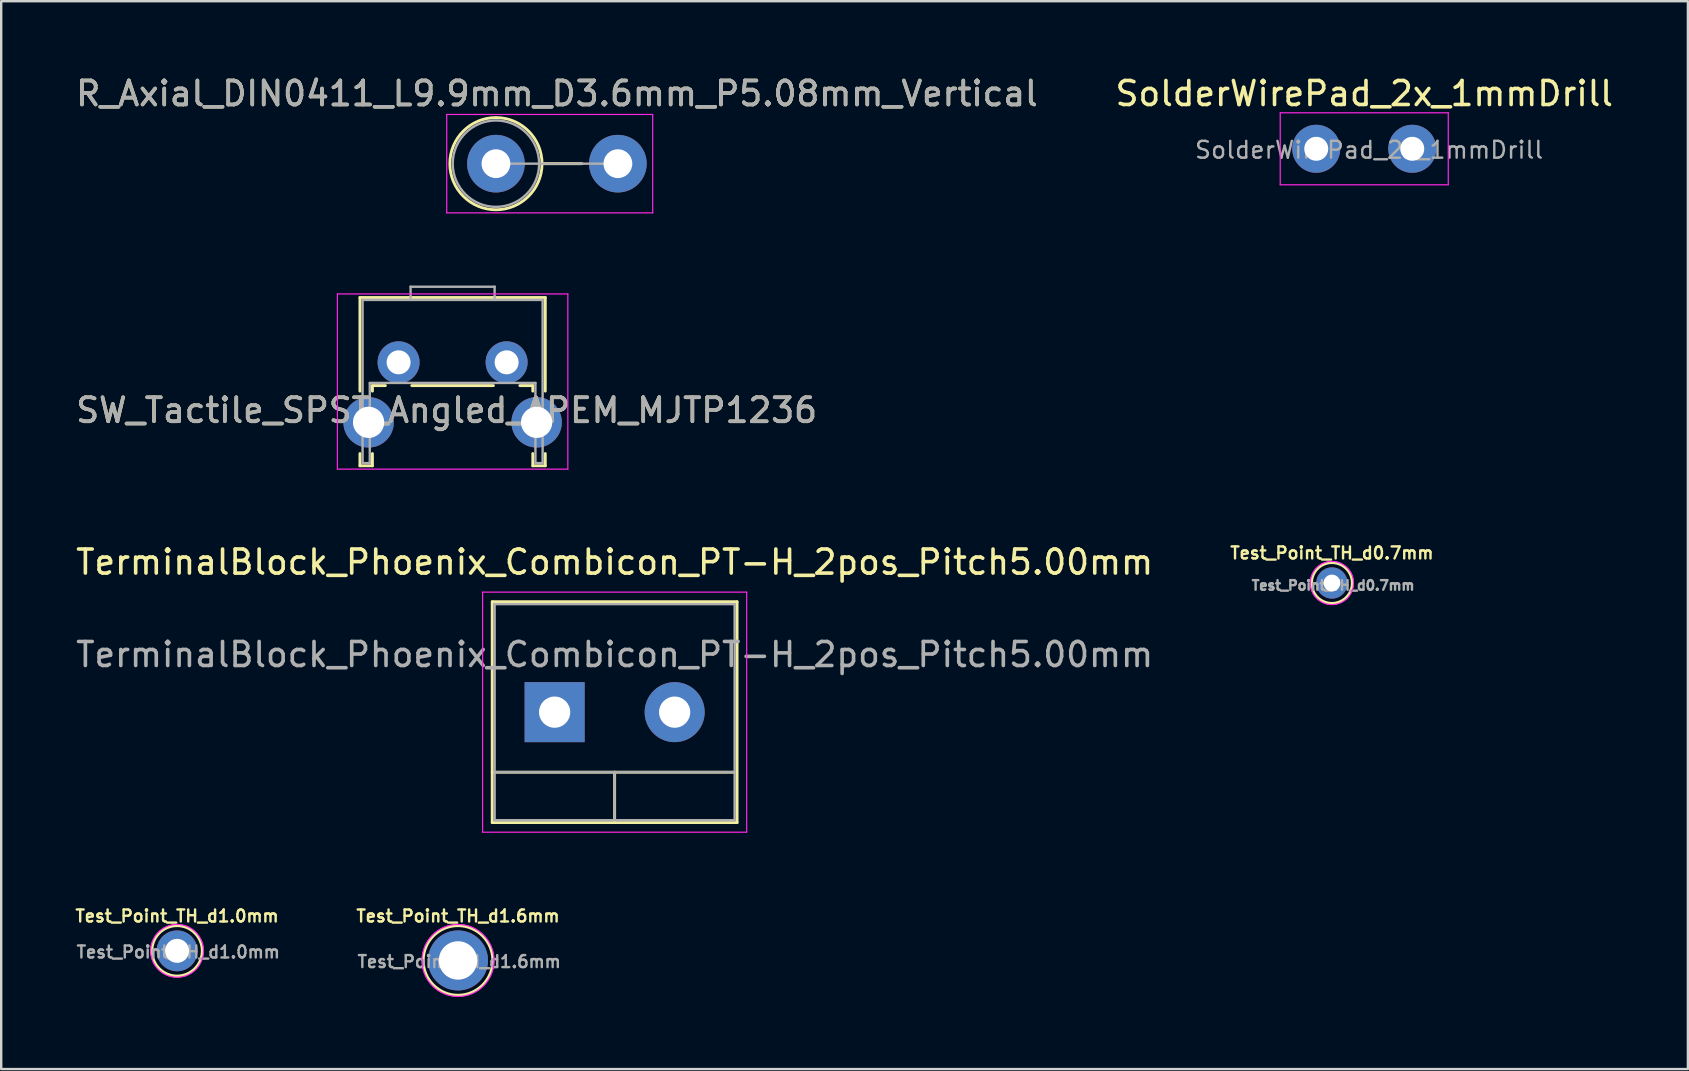
<source format=kicad_pcb>
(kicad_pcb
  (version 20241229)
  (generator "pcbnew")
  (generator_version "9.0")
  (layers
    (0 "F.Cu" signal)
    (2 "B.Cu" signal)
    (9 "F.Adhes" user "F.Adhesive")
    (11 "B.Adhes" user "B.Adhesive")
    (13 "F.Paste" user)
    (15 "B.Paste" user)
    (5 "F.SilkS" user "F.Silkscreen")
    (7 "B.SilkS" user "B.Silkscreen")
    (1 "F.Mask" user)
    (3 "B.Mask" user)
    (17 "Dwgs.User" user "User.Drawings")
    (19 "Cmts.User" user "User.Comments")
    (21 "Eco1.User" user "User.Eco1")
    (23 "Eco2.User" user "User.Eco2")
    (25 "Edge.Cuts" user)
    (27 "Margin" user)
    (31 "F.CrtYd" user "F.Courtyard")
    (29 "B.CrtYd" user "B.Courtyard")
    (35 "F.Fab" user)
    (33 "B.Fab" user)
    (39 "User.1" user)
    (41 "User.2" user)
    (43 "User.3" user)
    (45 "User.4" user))
  (footprint "Test_Point_TH_d0.7mm"
    (layer "F.Cu")
    (at 52.433 21.236)
    (property "Reference" "Test_Point_TH_d0.7mm" (at 0 -1.25 0) (layer "F.SilkS") (effects (font (size 0.5 0.5) (thickness 0.1))))
    (attr exclude_from_pos_files exclude_from_bom)
    (fp_circle (center 0 0) (end 0.85 0) (stroke (width 0.12) (type solid)) (fill no) (layer "F.SilkS"))
    (fp_circle (center 0 0) (end 0.9 0) (stroke (width 0.05) (type solid)) (fill no) (layer "F.CrtYd"))
    (fp_text user "${REFERENCE}" (at 0.05 0.1 0) (layer "F.Fab") (effects (font (size 0.4 0.4) (thickness 0.1))))
    (pad "1" thru_hole circle (at 0 0 90) (size 1.3 1.3) (drill 0.7) (layers "*.Cu" "*.Mask")))
  (footprint "SolderWirePad_2x_1mmDrill"
    (layer "F.Cu")
    (at 53.78 3.148)
    (property "Reference" "SolderWirePad_2x_1mmDrill" (at 0 -2.3 0) (layer "F.SilkS") (effects (font (size 1 1) (thickness 0.15))))
    (attr through_hole)
    (fp_line (start -3.5 -1.5) (end -3.5 1.5) (stroke (width 0.05) (type solid)) (layer "F.CrtYd"))
    (fp_line (start -3.5 -1.5) (end 3.5 -1.5) (stroke (width 0.05) (type solid)) (layer "F.CrtYd"))
    (fp_line (start -3.5 1.5) (end 3.5 1.5) (stroke (width 0.05) (type solid)) (layer "F.CrtYd"))
    (fp_line (start 3.5 -1.5) (end 3.5 1.5) (stroke (width 0.05) (type solid)) (layer "F.CrtYd"))
    (fp_text user "${REFERENCE}" (at 0.2 0.05 0) (layer "F.Fab") (effects (font (size 0.7 0.7) (thickness 0.1))))
    (pad "1" thru_hole circle (at -2 0) (size 2 2) (drill 1) (layers "*.Cu" "*.Mask"))
    (pad "1" thru_hole circle (at 2 0) (size 2 2) (drill 1) (layers "*.Cu" "*.Mask")))
  (footprint "R_Axial_DIN0411_L9.9mm_D3.6mm_P5.08mm_Vertical"
    (layer "F.Cu")
    (at 17.609 3.768)
    (property "Reference" "R_Axial_DIN0411_L9.9mm_D3.6mm_P5.08mm_Vertical" (at 2.54 -2.92 0) (layer "F.SilkS") (effects (font (size 1 1) (thickness 0.15))))
    (attr through_hole)
    (fp_line (start 1.92 0) (end 3.58 0) (stroke (width 0.12) (type solid)) (layer "F.SilkS"))
    (fp_circle (center 0 0) (end 1.92 0) (stroke (width 0.12) (type solid)) (fill no) (layer "F.SilkS"))
    (fp_line (start -2.05 -2.05) (end -2.05 2.05) (stroke (width 0.05) (type solid)) (layer "F.CrtYd"))
    (fp_line (start -2.05 2.05) (end 6.53 2.05) (stroke (width 0.05) (type solid)) (layer "F.CrtYd"))
    (fp_line (start 6.53 -2.05) (end -2.05 -2.05) (stroke (width 0.05) (type solid)) (layer "F.CrtYd"))
    (fp_line (start 6.53 2.05) (end 6.53 -2.05) (stroke (width 0.05) (type solid)) (layer "F.CrtYd"))
    (fp_line (start 0 0) (end 5.08 0) (stroke (width 0.1) (type solid)) (layer "F.Fab"))
    (fp_circle (center 0 0) (end 1.8 0) (stroke (width 0.1) (type solid)) (fill no) (layer "F.Fab"))
    (fp_text user "${REFERENCE}" (at 2.54 -2.92 0) (layer "F.Fab") (effects (font (size 1 1) (thickness 0.15))))
    (pad "1" thru_hole circle (at 0 0) (size 2.4 2.4) (drill 1.2) (layers "*.Cu" "*.Mask"))
    (pad "2" thru_hole oval (at 5.08 0) (size 2.4 2.4) (drill 1.2) (layers "*.Cu" "*.Mask")))
  (footprint "Test_Point_TH_d1.6mm"
    (layer "F.Cu")
    (at 16.029 36.959)
    (property "Reference" "Test_Point_TH_d1.6mm" (at 0 -1.85 0) (layer "F.SilkS") (effects (font (size 0.5 0.5) (thickness 0.1))))
    (attr exclude_from_pos_files exclude_from_bom)
    (fp_circle (center 0 0) (end 1.45 0) (stroke (width 0.12) (type solid)) (fill no) (layer "F.SilkS"))
    (fp_circle (center 0 0) (end 1.5 0) (stroke (width 0.05) (type solid)) (fill no) (layer "F.CrtYd"))
    (fp_text user "${REFERENCE}" (at 0.05 0.05 0) (layer "F.Fab") (effects (font (size 0.5 0.5) (thickness 0.1))))
    (pad "1" thru_hole circle (at 0 0 90) (size 2.5 2.5) (drill 1.6) (layers "*.Cu" "*.Mask")))
  (footprint "SW_Tactile_SPST_Angled_APEM_MJTP1236"
    (layer "F.Cu")
    (at 15.804 12.043)
    (property "Reference" "SW_Tactile_SPST_Angled_APEM_MJTP1236" (at -0.25 2 0) (layer "F.SilkS") (effects (font (size 1 1) (thickness 0.15))))
    (attr through_hole)
    (fp_line (start -3.86 -2.7) (end -3.86 1.2) (stroke (width 0.12) (type solid)) (layer "F.SilkS"))
    (fp_line (start -3.86 -2.7) (end 3.86 -2.7) (stroke (width 0.12) (type solid)) (layer "F.SilkS"))
    (fp_line (start -3.86 3.8) (end -3.86 4.31) (stroke (width 0.12) (type solid)) (layer "F.SilkS"))
    (fp_line (start -3.86 4.31) (end -3.34 4.31) (stroke (width 0.12) (type solid)) (layer "F.SilkS"))
    (fp_line (start -3.34 0.97) (end -3.34 1.2) (stroke (width 0.12) (type solid)) (layer "F.SilkS"))
    (fp_line (start -3.34 0.97) (end -2.8 0.97) (stroke (width 0.12) (type solid)) (layer "F.SilkS"))
    (fp_line (start -3.34 3.8) (end -3.34 4.31) (stroke (width 0.12) (type solid)) (layer "F.SilkS"))
    (fp_line (start -1.7 0.97) (end 1.7 0.97) (stroke (width 0.12) (type solid)) (layer "F.SilkS"))
    (fp_line (start 2.8 0.97) (end 3.34 0.97) (stroke (width 0.12) (type solid)) (layer "F.SilkS"))
    (fp_line (start 3.34 0.97) (end 3.34 1.2) (stroke (width 0.12) (type solid)) (layer "F.SilkS"))
    (fp_line (start 3.34 3.8) (end 3.34 4.31) (stroke (width 0.12) (type solid)) (layer "F.SilkS"))
    (fp_line (start 3.34 4.31) (end 3.86 4.31) (stroke (width 0.12) (type solid)) (layer "F.SilkS"))
    (fp_line (start 3.86 -2.7) (end 3.86 1.2) (stroke (width 0.12) (type solid)) (layer "F.SilkS"))
    (fp_line (start 3.86 3.8) (end 3.86 4.31) (stroke (width 0.12) (type solid)) (layer "F.SilkS"))
    (fp_line (start -4.8 -2.85) (end 4.8 -2.85) (stroke (width 0.05) (type solid)) (layer "F.CrtYd"))
    (fp_line (start -4.8 4.45) (end -4.8 -2.85) (stroke (width 0.05) (type solid)) (layer "F.CrtYd"))
    (fp_line (start 4.8 -2.85) (end 4.8 4.45) (stroke (width 0.05) (type solid)) (layer "F.CrtYd"))
    (fp_line (start 4.8 4.45) (end -4.8 4.45) (stroke (width 0.05) (type solid)) (layer "F.CrtYd"))
    (fp_line (start -3.75 -2.6) (end 3.75 -2.6) (stroke (width 0.1) (type solid)) (layer "F.Fab"))
    (fp_line (start -3.75 4.19) (end -3.75 -2.6) (stroke (width 0.1) (type solid)) (layer "F.Fab"))
    (fp_line (start -3.75 4.2) (end -3.45 4.2) (stroke (width 0.1) (type solid)) (layer "F.Fab"))
    (fp_line (start -3.45 0.86) (end 3.45 0.86) (stroke (width 0.1) (type solid)) (layer "F.Fab"))
    (fp_line (start -3.45 4.2) (end -3.45 0.86) (stroke (width 0.1) (type solid)) (layer "F.Fab"))
    (fp_line (start -1.75 -3.15) (end -1.75 -2.6) (stroke (width 0.1) (type solid)) (layer "F.Fab"))
    (fp_line (start -1.75 -3.15) (end 1.75 -3.15) (stroke (width 0.1) (type solid)) (layer "F.Fab"))
    (fp_line (start 1.75 -3.15) (end 1.75 -2.6) (stroke (width 0.1) (type solid)) (layer "F.Fab"))
    (fp_line (start 3.45 4.2) (end 3.45 0.86) (stroke (width 0.1) (type solid)) (layer "F.Fab"))
    (fp_line (start 3.45 4.2) (end 3.75 4.2) (stroke (width 0.1) (type solid)) (layer "F.Fab"))
    (fp_line (start 3.75 4.2) (end 3.75 -2.6) (stroke (width 0.1) (type solid)) (layer "F.Fab"))
    (fp_text user "${REFERENCE}" (at -0.25 2 0) (layer "F.Fab") (effects (font (size 1 1) (thickness 0.15))))
    (pad "" thru_hole circle (at -3.5 2.5) (size 2.1 2.1) (drill 1.3) (layers "*.Cu" "*.Mask"))
    (pad "" thru_hole circle (at 3.5 2.5) (size 2.1 2.1) (drill 1.3) (layers "*.Cu" "*.Mask"))
    (pad "1" thru_hole circle (at -2.25 0) (size 1.75 1.75) (drill 1) (layers "*.Cu" "*.Mask"))
    (pad "2" thru_hole circle (at 2.25 0) (size 1.75 1.75) (drill 1) (layers "*.Cu" "*.Mask")))
  (footprint "TerminalBlock_Phoenix_Combicon_PT-H_2pos_Pitch5.00mm"
    (layer "F.Cu")
    (at 22.554 26.616)
    (property "Reference" "TerminalBlock_Phoenix_Combicon_PT-H_2pos_Pitch5.00mm" (at 0 -6.25 0) (layer "F.SilkS") (effects (font (size 1 1) (thickness 0.15))))
    (attr through_hole)
    (fp_line (start -5.1 -4.6) (end -5.1 4.6) (stroke (width 0.12) (type solid)) (layer "F.SilkS"))
    (fp_line (start -5.1 2.5) (end 5 2.5) (stroke (width 0.12) (type solid)) (layer "F.SilkS"))
    (fp_line (start -5.1 4.6) (end 5.1 4.6) (stroke (width 0.12) (type solid)) (layer "F.SilkS"))
    (fp_line (start 0 2.5) (end 0 4.6) (stroke (width 0.12) (type solid)) (layer "F.SilkS"))
    (fp_line (start 5.1 -4.6) (end -5.1 -4.6) (stroke (width 0.12) (type solid)) (layer "F.SilkS"))
    (fp_line (start 5.1 -4.6) (end 5.1 4.6) (stroke (width 0.12) (type solid)) (layer "F.SilkS"))
    (fp_line (start -5.5 -5) (end 5.5 -5) (stroke (width 0.05) (type solid)) (layer "F.CrtYd"))
    (fp_line (start -5.5 5) (end -5.5 -5) (stroke (width 0.05) (type solid)) (layer "F.CrtYd"))
    (fp_line (start -5.5 5) (end 5.5 5) (stroke (width 0.05) (type solid)) (layer "F.CrtYd"))
    (fp_line (start 5.5 5) (end 5.5 -5) (stroke (width 0.05) (type solid)) (layer "F.CrtYd"))
    (fp_line (start -5 -4.5) (end 5 -4.5) (stroke (width 0.1) (type solid)) (layer "F.Fab"))
    (fp_line (start -5 2.5) (end 5 2.5) (stroke (width 0.1) (type solid)) (layer "F.Fab"))
    (fp_line (start -5 4.5) (end -5 -4.5) (stroke (width 0.1) (type solid)) (layer "F.Fab"))
    (fp_line (start -5 4.5) (end 5 4.5) (stroke (width 0.1) (type solid)) (layer "F.Fab"))
    (fp_line (start 0 4.5) (end 0 2.5) (stroke (width 0.1) (type solid)) (layer "F.Fab"))
    (fp_line (start 5 4.5) (end 5 -4.5) (stroke (width 0.1) (type solid)) (layer "F.Fab"))
    (fp_text user "${REFERENCE}" (at 0 -2.4 0) (layer "F.Fab") (effects (font (size 1 1) (thickness 0.15))))
    (pad "1" thru_hole rect (at -2.5 0) (size 2.5 2.5) (drill 1.3) (layers "*.Cu" "*.Mask"))
    (pad "2" thru_hole circle (at 2.5 0) (size 2.5 2.5) (drill 1.3) (layers "*.Cu" "*.Mask")))
  (footprint "Test_Point_TH_d1.0mm"
    (layer "F.Cu")
    (at 4.326 36.559)
    (property "Reference" "Test_Point_TH_d1.0mm" (at 0 -1.45 0) (layer "F.SilkS") (effects (font (size 0.5 0.5) (thickness 0.1))))
    (attr exclude_from_pos_files exclude_from_bom)
    (fp_circle (center 0 0) (end 1.05 0) (stroke (width 0.12) (type solid)) (fill no) (layer "F.SilkS"))
    (fp_circle (center 0 0) (end 1.1 0) (stroke (width 0.05) (type solid)) (fill no) (layer "F.CrtYd"))
    (fp_text user "${REFERENCE}" (at 0.05 0.05 0) (layer "F.Fab") (effects (font (size 0.5 0.5) (thickness 0.1))))
    (pad "1" thru_hole circle (at 0 0 90) (size 1.7 1.7) (drill 1) (layers "*.Cu" "*.Mask")))
  (gr_rect
    (start -3 -3)
    (end 67.262 41.484)
    (stroke (width 0.1) (type default))
    (fill no)
    (layer "Edge.Cuts")))
</source>
